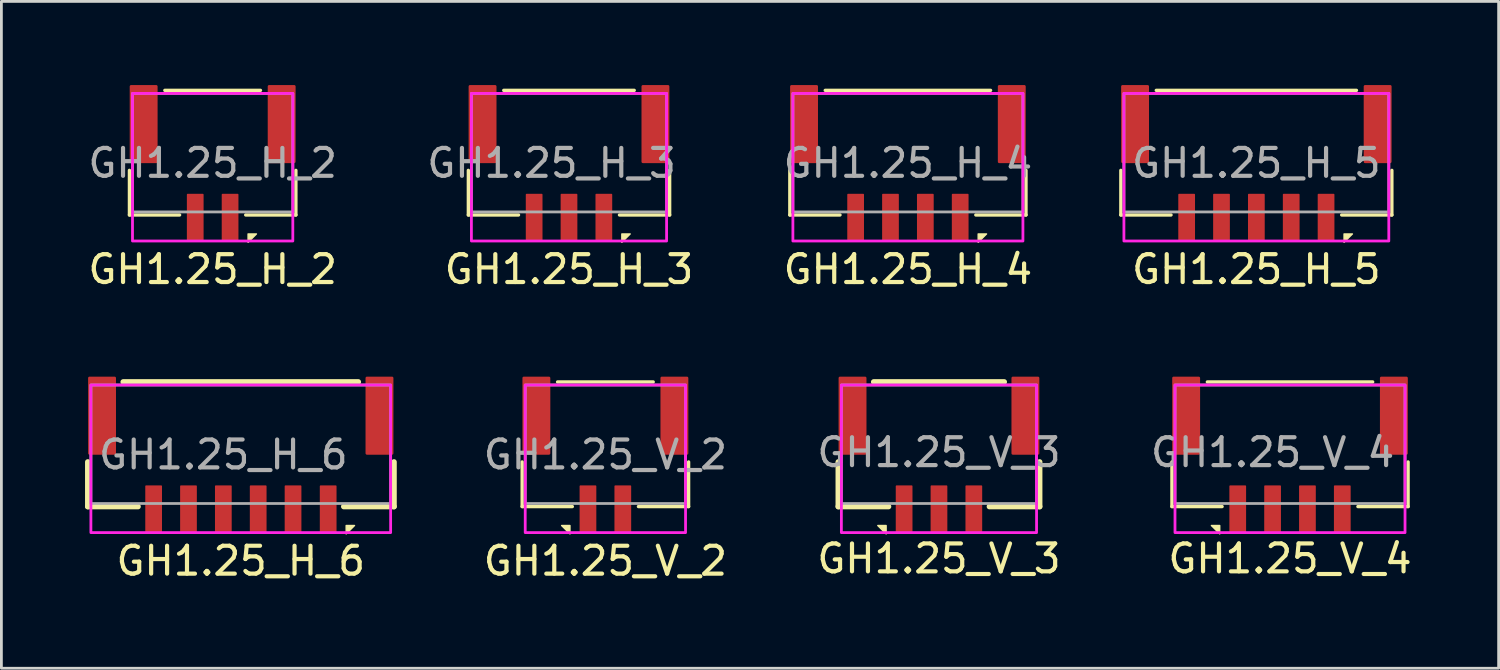
<source format=kicad_pcb>
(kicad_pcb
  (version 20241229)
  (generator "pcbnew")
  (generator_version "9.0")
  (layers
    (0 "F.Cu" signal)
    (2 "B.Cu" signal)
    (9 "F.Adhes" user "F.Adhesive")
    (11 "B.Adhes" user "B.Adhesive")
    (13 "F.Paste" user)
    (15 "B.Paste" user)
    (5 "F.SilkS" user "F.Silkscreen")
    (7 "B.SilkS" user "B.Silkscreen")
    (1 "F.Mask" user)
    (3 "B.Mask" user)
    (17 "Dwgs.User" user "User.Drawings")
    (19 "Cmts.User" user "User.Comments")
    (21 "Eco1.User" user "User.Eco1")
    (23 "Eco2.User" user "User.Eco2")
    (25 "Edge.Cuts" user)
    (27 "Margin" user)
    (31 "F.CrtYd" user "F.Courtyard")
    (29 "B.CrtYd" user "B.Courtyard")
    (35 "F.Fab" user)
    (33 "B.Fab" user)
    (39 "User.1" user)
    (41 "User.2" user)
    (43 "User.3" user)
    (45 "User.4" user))
  (footprint "GH1.25_H_2"
    (layer "F.Cu")
    (at 4.577 2.8)
    (property "Reference" "GH1.25_H_2" (at 0 3.81 0) (unlocked yes) (layer "F.SilkS") (effects (font (size 1 1) (thickness 0.15))))
    (attr smd)
    (fp_line (start -2.985 0.26) (end -2.985 1.86) (stroke (width 0.12) (type solid)) (layer "F.SilkS"))
    (fp_line (start -2.985 1.86) (end -1.185 1.86) (stroke (width 0.12) (type solid)) (layer "F.SilkS"))
    (fp_line (start -1.715 -2.61) (end 1.715 -2.61) (stroke (width 0.12) (type solid)) (layer "F.SilkS"))
    (fp_line (start 2.985 0.26) (end 2.985 1.86) (stroke (width 0.12) (type solid)) (layer "F.SilkS"))
    (fp_line (start 2.985 1.86) (end 1.185 1.86) (stroke (width 0.12) (type solid)) (layer "F.SilkS"))
    (fp_poly (pts (xy 1.27 2.84) (xy 1.27 2.54) (xy 1.57 2.54)) (stroke (width 0.05) (type solid)) (fill yes) (layer "F.SilkS"))
    (fp_rect (start -2.875 -2.5) (end 2.875 2.794) (stroke (width 0.1) (type solid)) (fill no) (layer "F.CrtYd"))
    (fp_rect (start -2.875 -2.5) (end 2.875 1.75) (stroke (width 0.1) (type solid)) (fill no) (layer "F.Fab"))
    (fp_text user "${REFERENCE}" (at 0 0 0) (layer "F.Fab") (effects (font (size 1 1) (thickness 0.15))))
    (pad "1" smd roundrect (at 0.625 1.95 90) (size 1.7 0.6) (layers "F.Cu" "F.Mask" "F.Paste") (roundrect_rratio 0.05))
    (pad "2" smd roundrect (at -0.625 1.95 90) (size 1.7 0.6) (layers "F.Cu" "F.Mask" "F.Paste") (roundrect_rratio 0.05))
    (pad "MP" smd roundrect (at -2.475 -1.4 90) (size 2.8 1) (layers "F.Cu" "F.Mask" "F.Paste") (roundrect_rratio 0.05))
    (pad "MP" smd roundrect (at 2.475 -1.4 90) (size 2.8 1) (layers "F.Cu" "F.Mask" "F.Paste") (roundrect_rratio 0.05)))
  (footprint "GH1.25_H_3"
    (layer "F.Cu")
    (at 17.357 2.8)
    (property "Reference" "GH1.25_H_3" (at 0 3.81 0) (unlocked yes) (layer "F.SilkS") (effects (font (size 1 1) (thickness 0.15))))
    (attr smd)
    (fp_line (start -3.61 0.26) (end -3.61 1.86) (stroke (width 0.12) (type solid)) (layer "F.SilkS"))
    (fp_line (start -3.61 1.86) (end -1.81 1.86) (stroke (width 0.12) (type solid)) (layer "F.SilkS"))
    (fp_line (start -2.34 -2.61) (end 2.34 -2.61) (stroke (width 0.12) (type solid)) (layer "F.SilkS"))
    (fp_line (start 3.61 0.26) (end 3.61 1.86) (stroke (width 0.12) (type solid)) (layer "F.SilkS"))
    (fp_line (start 3.61 1.86) (end 1.81 1.86) (stroke (width 0.12) (type solid)) (layer "F.SilkS"))
    (fp_poly (pts (xy 1.895 2.84) (xy 1.895 2.54) (xy 2.195 2.54)) (stroke (width 0.05) (type solid)) (fill yes) (layer "F.SilkS"))
    (fp_rect (start -3.5 -2.5) (end 3.5 2.794) (stroke (width 0.1) (type solid)) (fill no) (layer "F.CrtYd"))
    (fp_rect (start -3.5 -2.5) (end 3.5 1.75) (stroke (width 0.1) (type solid)) (fill no) (layer "F.Fab"))
    (fp_text user "${REFERENCE}" (at -0.625 0 0) (layer "F.Fab") (effects (font (size 1 1) (thickness 0.15))))
    (pad "1" smd roundrect (at 1.25 1.95 270) (size 1.7 0.6) (layers "F.Cu" "F.Mask" "F.Paste") (roundrect_rratio 0.05))
    (pad "2" smd roundrect (at 0 1.95 90) (size 1.7 0.6) (layers "F.Cu" "F.Mask" "F.Paste") (roundrect_rratio 0.05))
    (pad "3" smd roundrect (at -1.25 1.95 90) (size 1.7 0.6) (layers "F.Cu" "F.Mask" "F.Paste") (roundrect_rratio 0.05))
    (pad "MP" smd roundrect (at -3.1 -1.4 90) (size 2.8 1) (layers "F.Cu" "F.Mask" "F.Paste") (roundrect_rratio 0.05))
    (pad "MP" smd roundrect (at 3.1 -1.4 90) (size 2.8 1) (layers "F.Cu" "F.Mask" "F.Paste") (roundrect_rratio 0.05)))
  (footprint "GH1.25_V_4"
    (layer "F.Cu")
    (at 43.216 13.43)
    (property "Reference" "GH1.25_V_4" (at 0 3.556 0) (unlocked yes) (layer "F.SilkS") (effects (font (size 1 1) (thickness 0.15))))
    (attr smd)
    (fp_line (start -4.235 0.088) (end -4.235 1.688) (stroke (width 0.12) (type solid)) (layer "F.SilkS"))
    (fp_line (start -4.235 1.688) (end -2.435 1.688) (stroke (width 0.12) (type solid)) (layer "F.SilkS"))
    (fp_line (start -2.965 -2.782) (end 2.965 -2.782) (stroke (width 0.12) (type solid)) (layer "F.SilkS"))
    (fp_line (start 4.235 0.088) (end 4.235 1.688) (stroke (width 0.12) (type solid)) (layer "F.SilkS"))
    (fp_line (start 4.235 1.688) (end 2.435 1.688) (stroke (width 0.12) (type solid)) (layer "F.SilkS"))
    (fp_poly (pts (xy -2.82 2.368) (xy -2.52 2.368) (xy -2.52 2.668)) (stroke (width 0.05) (type solid)) (fill yes) (layer "F.SilkS"))
    (fp_rect (start -4.125 -2.672) (end 4.125 2.622) (stroke (width 0.1) (type solid)) (fill no) (layer "F.CrtYd"))
    (fp_rect (start -4.125 -2.672) (end 4.125 1.578) (stroke (width 0.1) (type solid)) (fill no) (layer "F.Fab"))
    (fp_text user "${REFERENCE}" (at -0.625 -0.254 0) (layer "F.Fab") (effects (font (size 1 1) (thickness 0.15))))
    (pad "1" smd roundrect (at -1.875 1.778 90) (size 1.7 0.6) (layers "F.Cu" "F.Mask" "F.Paste") (roundrect_rratio 0.05))
    (pad "2" smd roundrect (at -0.625 1.778 90) (size 1.7 0.6) (layers "F.Cu" "F.Mask" "F.Paste") (roundrect_rratio 0.05))
    (pad "3" smd roundrect (at 0.625 1.778 90) (size 1.7 0.6) (layers "F.Cu" "F.Mask" "F.Paste") (roundrect_rratio 0.05))
    (pad "4" smd roundrect (at 1.875 1.778 90) (size 1.7 0.6) (layers "F.Cu" "F.Mask" "F.Paste") (roundrect_rratio 0.05))
    (pad "MP" smd roundrect (at -3.725 -1.572 90) (size 2.8 1) (layers "F.Cu" "F.Mask" "F.Paste") (roundrect_rratio 0.05))
    (pad "MP" smd roundrect (at 3.725 -1.572 90) (size 2.8 1) (layers "F.Cu" "F.Mask" "F.Paste") (roundrect_rratio 0.05)))
  (footprint "GH1.25_H_6"
    (layer "F.Cu")
    (at 5.585 13.258)
    (property "Reference" "GH1.25_H_6" (at 0 3.81 0) (unlocked yes) (layer "F.SilkS") (effects (font (size 1 1) (thickness 0.15))))
    (attr smd)
    (fp_line (start -5.485 0.26) (end -5.485 1.86) (stroke (width 0.2) (type solid)) (layer "F.SilkS"))
    (fp_line (start -5.485 1.86) (end -3.685 1.86) (stroke (width 0.2) (type solid)) (layer "F.SilkS"))
    (fp_line (start -4.215 -2.61) (end 4.215 -2.61) (stroke (width 0.2) (type solid)) (layer "F.SilkS"))
    (fp_line (start 5.495 0.26) (end 5.495 1.86) (stroke (width 0.2) (type solid)) (layer "F.SilkS"))
    (fp_line (start 5.495 1.86) (end 3.695 1.86) (stroke (width 0.2) (type solid)) (layer "F.SilkS"))
    (fp_poly (pts (xy 3.78 2.84) (xy 3.78 2.54) (xy 4.08 2.54)) (stroke (width 0.05) (type solid)) (fill yes) (layer "F.SilkS"))
    (fp_rect (start -5.375 -2.5) (end 5.375 2.794) (stroke (width 0.1) (type solid)) (fill no) (layer "F.CrtYd"))
    (fp_rect (start -5.375 -2.5) (end 5.375 1.75) (stroke (width 0.1) (type solid)) (fill no) (layer "F.Fab"))
    (fp_text user "${REFERENCE}" (at -0.625 0 0) (layer "F.Fab") (effects (font (size 1 1) (thickness 0.15))))
    (pad "1" smd roundrect (at 3.135 1.95 270) (size 1.7 0.6) (layers "F.Cu" "F.Mask" "F.Paste") (roundrect_rratio 0.05))
    (pad "2" smd roundrect (at 1.875 1.95 270) (size 1.7 0.6) (layers "F.Cu" "F.Mask" "F.Paste") (roundrect_rratio 0.05))
    (pad "3" smd roundrect (at 0.625 1.95 270) (size 1.7 0.6) (layers "F.Cu" "F.Mask" "F.Paste") (roundrect_rratio 0.05))
    (pad "4" smd roundrect (at -0.625 1.95 270) (size 1.7 0.6) (layers "F.Cu" "F.Mask" "F.Paste") (roundrect_rratio 0.05))
    (pad "5" smd roundrect (at -1.875 1.95 90) (size 1.7 0.6) (layers "F.Cu" "F.Mask" "F.Paste") (roundrect_rratio 0.05))
    (pad "6" smd roundrect (at -3.125 1.95 90) (size 1.7 0.6) (layers "F.Cu" "F.Mask" "F.Paste") (roundrect_rratio 0.05))
    (pad "MP" smd roundrect (at -4.975 -1.4 90) (size 2.8 1) (layers "F.Cu" "F.Mask" "F.Paste") (roundrect_rratio 0.05))
    (pad "MP" smd roundrect (at 4.975 -1.4 90) (size 2.8 1) (layers "F.Cu" "F.Mask" "F.Paste") (roundrect_rratio 0.05)))
  (footprint "GH1.25_H_5"
    (layer "F.Cu")
    (at 42.009 2.8)
    (property "Reference" "GH1.25_H_5" (at 0 3.81 0) (unlocked yes) (layer "F.SilkS") (effects (font (size 1 1) (thickness 0.15))))
    (attr smd)
    (fp_line (start -4.86 0.26) (end -4.86 1.86) (stroke (width 0.12) (type solid)) (layer "F.SilkS"))
    (fp_line (start -4.86 1.86) (end -3.06 1.86) (stroke (width 0.12) (type solid)) (layer "F.SilkS"))
    (fp_line (start -3.59 -2.61) (end 3.59 -2.61) (stroke (width 0.12) (type solid)) (layer "F.SilkS"))
    (fp_line (start 4.86 0.26) (end 4.86 1.86) (stroke (width 0.12) (type solid)) (layer "F.SilkS"))
    (fp_line (start 4.86 1.86) (end 3.06 1.86) (stroke (width 0.12) (type solid)) (layer "F.SilkS"))
    (fp_poly (pts (xy 3.145 2.84) (xy 3.145 2.54) (xy 3.445 2.54)) (stroke (width 0.05) (type solid)) (fill yes) (layer "F.SilkS"))
    (fp_rect (start -4.75 -2.5) (end 4.75 2.794) (stroke (width 0.1) (type solid)) (fill no) (layer "F.CrtYd"))
    (fp_rect (start -4.75 -2.5) (end 4.75 1.75) (stroke (width 0.1) (type solid)) (fill no) (layer "F.Fab"))
    (fp_text user "${REFERENCE}" (at 0 0 0) (layer "F.Fab") (effects (font (size 1 1) (thickness 0.15))))
    (pad "1" smd roundrect (at 2.5 1.95 270) (size 1.7 0.6) (layers "F.Cu" "F.Mask" "F.Paste") (roundrect_rratio 0.05))
    (pad "2" smd roundrect (at 1.25 1.95 270) (size 1.7 0.6) (layers "F.Cu" "F.Mask" "F.Paste") (roundrect_rratio 0.05))
    (pad "3" smd roundrect (at 0 1.95 270) (size 1.7 0.6) (layers "F.Cu" "F.Mask" "F.Paste") (roundrect_rratio 0.05))
    (pad "4" smd roundrect (at -1.25 1.95 90) (size 1.7 0.6) (layers "F.Cu" "F.Mask" "F.Paste") (roundrect_rratio 0.05))
    (pad "5" smd roundrect (at -2.5 1.95 90) (size 1.7 0.6) (layers "F.Cu" "F.Mask" "F.Paste") (roundrect_rratio 0.05))
    (pad "MP" smd roundrect (at -4.35 -1.4 90) (size 2.8 1) (layers "F.Cu" "F.Mask" "F.Paste") (roundrect_rratio 0.05))
    (pad "MP" smd roundrect (at 4.35 -1.4 90) (size 2.8 1) (layers "F.Cu" "F.Mask" "F.Paste") (roundrect_rratio 0.05)))
  (footprint "GH1.25_V_3"
    (layer "F.Cu")
    (at 30.626 13.43)
    (property "Reference" "GH1.25_V_3" (at 0 3.556 0) (unlocked yes) (layer "F.SilkS") (effects (font (size 1 1) (thickness 0.15))))
    (attr smd)
    (fp_line (start -3.61 0.088) (end -3.61 1.688) (stroke (width 0.2) (type solid)) (layer "F.SilkS"))
    (fp_line (start -3.61 1.688) (end -1.81 1.688) (stroke (width 0.2) (type solid)) (layer "F.SilkS"))
    (fp_line (start -2.34 -2.782) (end 2.34 -2.782) (stroke (width 0.2) (type solid)) (layer "F.SilkS"))
    (fp_line (start 3.61 0.088) (end 3.61 1.688) (stroke (width 0.2) (type solid)) (layer "F.SilkS"))
    (fp_line (start 3.61 1.688) (end 1.81 1.688) (stroke (width 0.2) (type solid)) (layer "F.SilkS"))
    (fp_poly (pts (xy -2.195 2.368) (xy -1.895 2.368) (xy -1.895 2.668)) (stroke (width 0.05) (type solid)) (fill yes) (layer "F.SilkS"))
    (fp_rect (start -3.5 -2.672) (end 3.5 2.622) (stroke (width 0.1) (type solid)) (fill no) (layer "F.CrtYd"))
    (fp_rect (start -3.5 -2.672) (end 3.5 1.578) (stroke (width 0.1) (type solid)) (fill no) (layer "F.Fab"))
    (fp_text user "${REFERENCE}" (at 0 -0.254 0) (layer "F.Fab") (effects (font (size 1 1) (thickness 0.15))))
    (pad "1" smd roundrect (at -1.25 1.778 90) (size 1.7 0.6) (layers "F.Cu" "F.Mask" "F.Paste") (roundrect_rratio 0.05))
    (pad "2" smd roundrect (at 0 1.778 90) (size 1.7 0.6) (layers "F.Cu" "F.Mask" "F.Paste") (roundrect_rratio 0.05))
    (pad "3" smd roundrect (at 1.25 1.778 90) (size 1.7 0.6) (layers "F.Cu" "F.Mask" "F.Paste") (roundrect_rratio 0.05))
    (pad "MP" smd roundrect (at -3.1 -1.572 90) (size 2.8 1) (layers "F.Cu" "F.Mask" "F.Paste") (roundrect_rratio 0.05))
    (pad "MP" smd roundrect (at 3.1 -1.572 90) (size 2.8 1) (layers "F.Cu" "F.Mask" "F.Paste") (roundrect_rratio 0.05)))
  (footprint "GH1.25_V_2"
    (layer "F.Cu")
    (at 18.662 13.258)
    (property "Reference" "GH1.25_V_2" (at 0 3.81 0) (unlocked yes) (layer "F.SilkS") (effects (font (size 1 1) (thickness 0.15))))
    (attr smd)
    (fp_line (start -2.985 0.26) (end -2.985 1.86) (stroke (width 0.12) (type solid)) (layer "F.SilkS"))
    (fp_line (start -2.985 1.86) (end -1.185 1.86) (stroke (width 0.12) (type solid)) (layer "F.SilkS"))
    (fp_line (start -1.715 -2.61) (end 1.715 -2.61) (stroke (width 0.12) (type solid)) (layer "F.SilkS"))
    (fp_line (start 2.985 0.26) (end 2.985 1.86) (stroke (width 0.12) (type solid)) (layer "F.SilkS"))
    (fp_line (start 2.985 1.86) (end 1.185 1.86) (stroke (width 0.12) (type solid)) (layer "F.SilkS"))
    (fp_poly (pts (xy -1.57 2.54) (xy -1.27 2.54) (xy -1.27 2.84)) (stroke (width 0.05) (type solid)) (fill yes) (layer "F.SilkS"))
    (fp_rect (start -2.875 -2.5) (end 2.875 2.794) (stroke (width 0.1) (type solid)) (fill no) (layer "F.CrtYd"))
    (fp_rect (start -2.875 -2.5) (end 2.875 1.75) (stroke (width 0.1) (type solid)) (fill no) (layer "F.Fab"))
    (fp_text user "${REFERENCE}" (at 0 0 0) (layer "F.Fab") (effects (font (size 1 1) (thickness 0.15))))
    (pad "1" smd roundrect (at -0.625 1.95 90) (size 1.7 0.6) (layers "F.Cu" "F.Mask" "F.Paste") (roundrect_rratio 0.05))
    (pad "2" smd roundrect (at 0.625 1.95 90) (size 1.7 0.6) (layers "F.Cu" "F.Mask" "F.Paste") (roundrect_rratio 0.05))
    (pad "MP" smd roundrect (at -2.475 -1.4 90) (size 2.8 1) (layers "F.Cu" "F.Mask" "F.Paste") (roundrect_rratio 0.05))
    (pad "MP" smd roundrect (at 2.475 -1.4 90) (size 2.8 1) (layers "F.Cu" "F.Mask" "F.Paste") (roundrect_rratio 0.05)))
  (footprint "GH1.25_H_4"
    (layer "F.Cu")
    (at 29.512 2.8)
    (property "Reference" "GH1.25_H_4" (at 0 3.81 0) (unlocked yes) (layer "F.SilkS") (effects (font (size 1 1) (thickness 0.15))))
    (attr smd)
    (fp_line (start -4.235 0.26) (end -4.235 1.86) (stroke (width 0.12) (type solid)) (layer "F.SilkS"))
    (fp_line (start -4.235 1.86) (end -2.435 1.86) (stroke (width 0.12) (type solid)) (layer "F.SilkS"))
    (fp_line (start -2.965 -2.61) (end 2.965 -2.61) (stroke (width 0.12) (type solid)) (layer "F.SilkS"))
    (fp_line (start 4.235 0.26) (end 4.235 1.86) (stroke (width 0.12) (type solid)) (layer "F.SilkS"))
    (fp_line (start 4.235 1.86) (end 2.435 1.86) (stroke (width 0.12) (type solid)) (layer "F.SilkS"))
    (fp_poly (pts (xy 2.52 2.84) (xy 2.52 2.54) (xy 2.82 2.54)) (stroke (width 0.05) (type solid)) (fill yes) (layer "F.SilkS"))
    (fp_rect (start -4.125 -2.5) (end 4.125 2.794) (stroke (width 0.1) (type solid)) (fill no) (layer "F.CrtYd"))
    (fp_rect (start -4.125 -2.5) (end 4.125 1.75) (stroke (width 0.1) (type solid)) (fill no) (layer "F.Fab"))
    (fp_text user "${REFERENCE}" (at 0 0 0) (layer "F.Fab") (effects (font (size 1 1) (thickness 0.15))))
    (pad "1" smd roundrect (at 1.875 1.95 270) (size 1.7 0.6) (layers "F.Cu" "F.Mask" "F.Paste") (roundrect_rratio 0.05))
    (pad "2" smd roundrect (at 0.625 1.95 270) (size 1.7 0.6) (layers "F.Cu" "F.Mask" "F.Paste") (roundrect_rratio 0.05))
    (pad "3" smd roundrect (at -0.625 1.95 90) (size 1.7 0.6) (layers "F.Cu" "F.Mask" "F.Paste") (roundrect_rratio 0.05))
    (pad "4" smd roundrect (at -1.875 1.95 90) (size 1.7 0.6) (layers "F.Cu" "F.Mask" "F.Paste") (roundrect_rratio 0.05))
    (pad "MP" smd roundrect (at -3.725 -1.4 90) (size 2.8 1) (layers "F.Cu" "F.Mask" "F.Paste") (roundrect_rratio 0.05))
    (pad "MP" smd roundrect (at 3.725 -1.4 90) (size 2.8 1) (layers "F.Cu" "F.Mask" "F.Paste") (roundrect_rratio 0.05)))
  (gr_rect
    (start -3 -3)
    (end 50.698 20.916)
    (stroke (width 0.1) (type default))
    (fill no)
    (layer "Edge.Cuts")))
</source>
